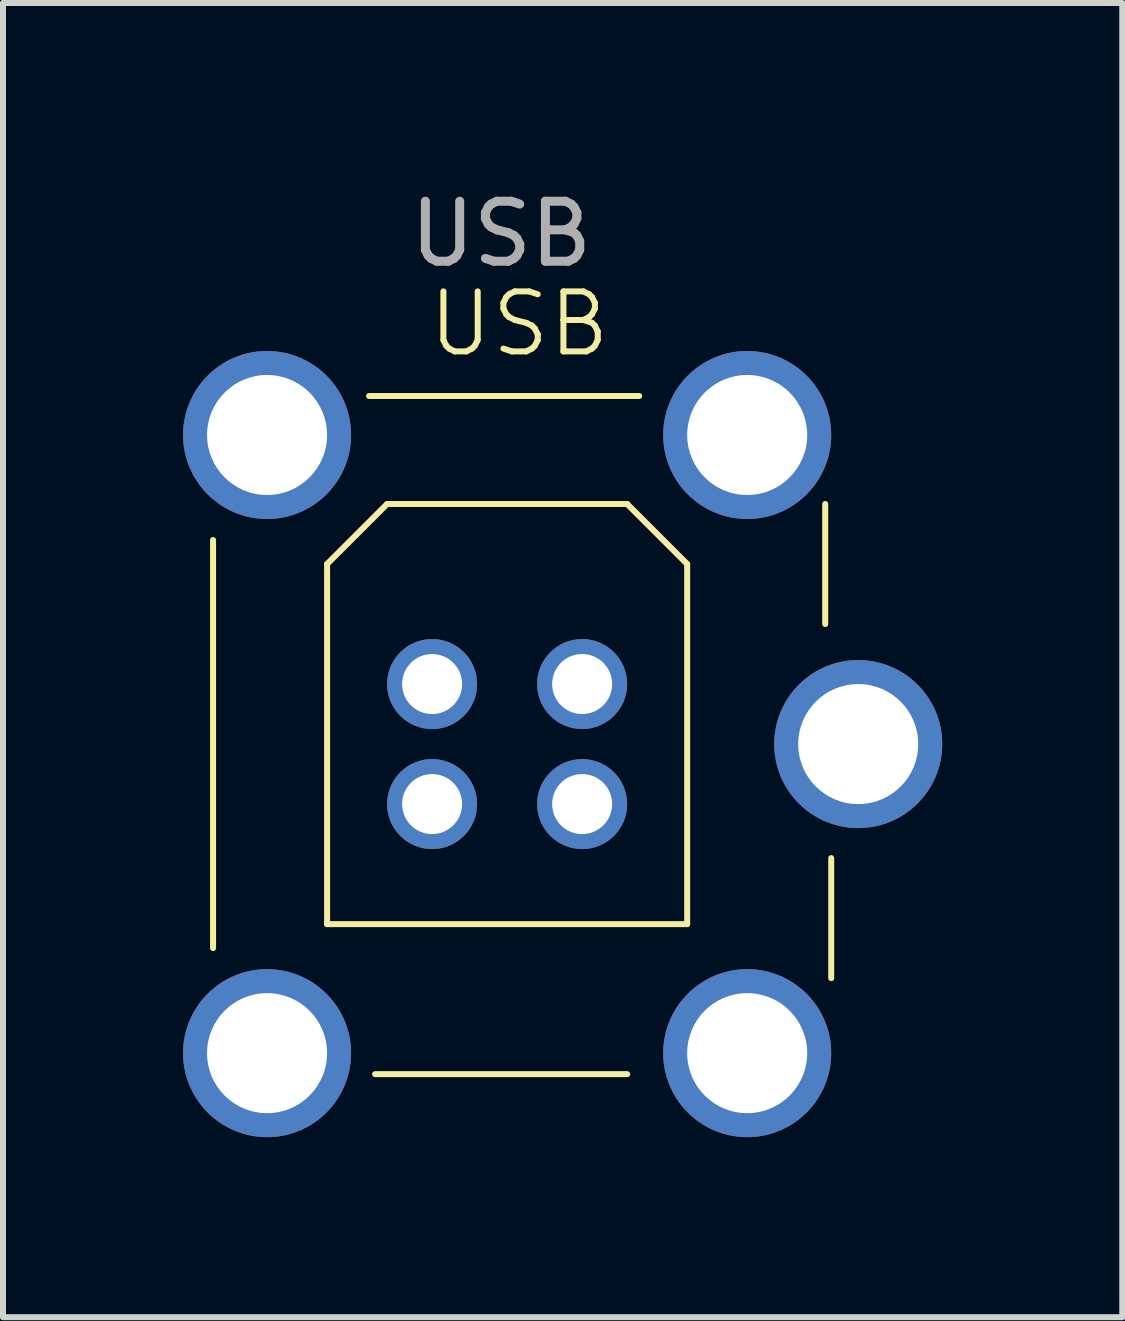
<source format=kicad_pcb>
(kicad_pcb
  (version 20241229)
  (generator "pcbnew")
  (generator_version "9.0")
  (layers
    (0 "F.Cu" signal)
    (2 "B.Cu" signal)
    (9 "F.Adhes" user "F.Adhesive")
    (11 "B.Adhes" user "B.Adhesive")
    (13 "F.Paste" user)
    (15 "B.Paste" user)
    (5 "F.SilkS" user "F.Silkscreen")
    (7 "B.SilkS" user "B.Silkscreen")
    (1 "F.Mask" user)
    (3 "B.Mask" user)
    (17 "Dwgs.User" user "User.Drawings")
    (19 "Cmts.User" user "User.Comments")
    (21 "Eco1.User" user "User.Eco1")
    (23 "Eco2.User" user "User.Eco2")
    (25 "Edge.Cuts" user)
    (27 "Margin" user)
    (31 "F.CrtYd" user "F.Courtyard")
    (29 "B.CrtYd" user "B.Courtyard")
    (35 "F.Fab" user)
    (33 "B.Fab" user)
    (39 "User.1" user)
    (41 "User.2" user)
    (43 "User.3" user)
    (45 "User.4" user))
  (footprint "USB"
    (layer "F.Cu")
    (at 5.4 9.348)
    (property "Reference" "USB" (at 0.2 -7 0) (unlocked yes) (layer "F.SilkS") (effects (font (size 1 1) (thickness 0.1))))
    (attr through_hole)
    (fp_line (start -4.9 3.4) (end -4.9 -3.4) (stroke (width 0.1) (type default)) (layer "F.SilkS"))
    (fp_line (start -3 -3) (end -3 3) (stroke (width 0.1) (type default)) (layer "F.SilkS"))
    (fp_line (start -3 3) (end 3 3) (stroke (width 0.1) (type default)) (layer "F.SilkS"))
    (fp_line (start -2.3 -5.8) (end 2.2 -5.8) (stroke (width 0.1) (type default)) (layer "F.SilkS"))
    (fp_line (start -2 -4) (end -3 -3) (stroke (width 0.1) (type default)) (layer "F.SilkS"))
    (fp_line (start -1 -4) (end -2 -4) (stroke (width 0.1) (type default)) (layer "F.SilkS"))
    (fp_line (start 0 -4) (end -1 -4) (stroke (width 0.1) (type default)) (layer "F.SilkS"))
    (fp_line (start 2 -4) (end 0 -4) (stroke (width 0.1) (type default)) (layer "F.SilkS"))
    (fp_line (start 2 5.5) (end -2.2 5.5) (stroke (width 0.1) (type default)) (layer "F.SilkS"))
    (fp_line (start 3 -3) (end 2 -4) (stroke (width 0.1) (type default)) (layer "F.SilkS"))
    (fp_line (start 3 3) (end 3 -3) (stroke (width 0.1) (type default)) (layer "F.SilkS"))
    (fp_line (start 5.3 -4) (end 5.3 -2) (stroke (width 0.1) (type default)) (layer "F.SilkS"))
    (fp_line (start 5.4 1.9) (end 5.4 3.9) (stroke (width 0.1) (type default)) (layer "F.SilkS"))
    (fp_text user "${REFERENCE}" (at -0.1 -8.5 0) (unlocked yes) (layer "F.Fab") (effects (font (size 1 1) (thickness 0.15))))
    (pad "1" thru_hole circle (at 1.25 -1) (size 1.5 1.5) (drill 1) (layers "*.Cu" "*.Mask"))
    (pad "2" thru_hole circle (at -1.25 -1) (size 1.5 1.5) (drill 1) (layers "*.Cu" "*.Mask"))
    (pad "3" thru_hole circle (at -1.25 1) (size 1.5 1.5) (drill 1) (layers "*.Cu" "*.Mask"))
    (pad "4" thru_hole circle (at 1.25 1) (size 1.5 1.5) (drill 1) (layers "*.Cu" "*.Mask"))
    (pad "5" thru_hole circle (at -4 -5.15) (size 2.8 2.8) (drill 2) (layers "*.Cu" "*.Mask"))
    (pad "5" thru_hole circle (at -4 5.15) (size 2.8 2.8) (drill 2) (layers "*.Cu" "*.Mask"))
    (pad "5" thru_hole circle (at 4 -5.15) (size 2.8 2.8) (drill 2) (layers "*.Cu" "*.Mask"))
    (pad "5" thru_hole circle (at 4 5.15) (size 2.8 2.8) (drill 2) (layers "*.Cu" "*.Mask"))
    (pad "5" thru_hole circle (at 5.85 0) (size 2.8 2.8) (drill 2) (layers "*.Cu" "*.Mask")))
  (gr_rect
    (start -3 -3)
    (end 15.65 18.898)
    (stroke (width 0.1) (type default))
    (fill no)
    (layer "Edge.Cuts")))
</source>
